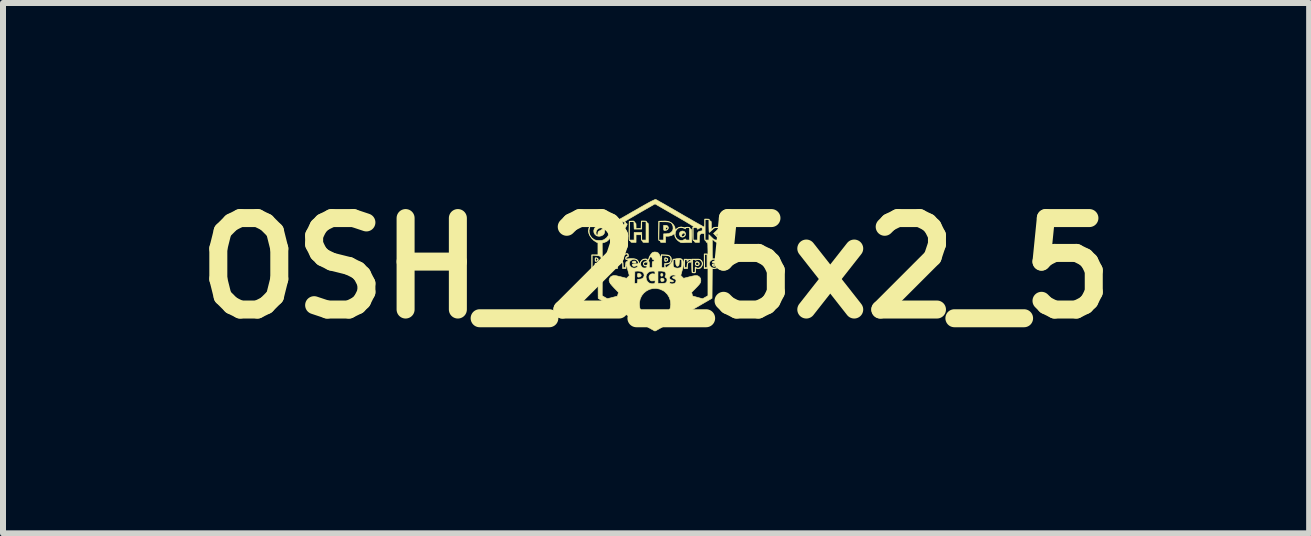
<source format=kicad_pcb>
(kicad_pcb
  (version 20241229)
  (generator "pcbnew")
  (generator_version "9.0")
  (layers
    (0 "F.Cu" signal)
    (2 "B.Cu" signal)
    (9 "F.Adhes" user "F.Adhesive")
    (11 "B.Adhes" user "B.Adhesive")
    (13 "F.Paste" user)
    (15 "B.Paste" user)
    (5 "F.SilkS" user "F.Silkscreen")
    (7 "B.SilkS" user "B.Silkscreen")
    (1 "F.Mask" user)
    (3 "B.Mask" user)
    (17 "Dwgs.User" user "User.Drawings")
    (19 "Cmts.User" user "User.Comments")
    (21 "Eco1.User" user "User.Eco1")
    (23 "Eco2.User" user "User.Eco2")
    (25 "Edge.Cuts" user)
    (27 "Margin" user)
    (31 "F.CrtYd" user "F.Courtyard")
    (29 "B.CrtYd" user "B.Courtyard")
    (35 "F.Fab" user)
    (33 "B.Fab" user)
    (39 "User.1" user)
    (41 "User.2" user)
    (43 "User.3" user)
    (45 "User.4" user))
  (footprint "OSH_2_5x2_5"
    (layer "F.Cu")
    (at 7.881 1.418)
    (property "Reference" "OSH_2_5x2_5" (at 0 0 0) (layer "F.SilkS") (effects (font (size 1.524 1.524) (thickness 0.3))))
    (attr through_hole)
    (fp_poly (pts (xy 0.097 0.089) (xy 0.111 0.096) (xy 0.115 0.111) (xy 0.111 0.127) (xy 0.097 0.134) (xy 0.085 0.133) (xy 0.08 0.123) (xy 0.079 0.111) (xy 0.081 0.094) (xy 0.088 0.088) (xy 0.097 0.089)) (stroke (width 0.01) (type solid)) (fill yes) (layer "F.SilkS"))
    (fp_poly (pts (xy 0.857 0.008) (xy 0.802 0.008) (xy 0.802 -0.23) (xy 0.81 -0.23) (xy 0.81 -0.008) (xy 0.849 -0.008) (xy 0.849 -0.23) (xy 0.81 -0.23) (xy 0.802 -0.23) (xy 0.802 -0.238) (xy 0.857 -0.238) (xy 0.857 0.008)) (stroke (width 0.01) (type solid)) (fill yes) (layer "F.SilkS"))
    (fp_poly (pts (xy -0.349 -0.117) (xy -0.339 -0.108) (xy -0.337 -0.103) (xy -0.334 -0.091) (xy -0.337 -0.085) (xy -0.349 -0.084) (xy -0.368 -0.086) (xy -0.388 -0.089) (xy -0.395 -0.096) (xy -0.395 -0.102) (xy -0.386 -0.113) (xy -0.368 -0.118) (xy -0.349 -0.117)) (stroke (width 0.01) (type solid)) (fill yes) (layer "F.SilkS"))
    (fp_poly (pts (xy 0.107 0.169) (xy 0.117 0.172) (xy 0.131 0.182) (xy 0.135 0.197) (xy 0.13 0.212) (xy 0.122 0.217) (xy 0.098 0.223) (xy 0.085 0.217) (xy 0.079 0.199) (xy 0.079 0.194) (xy 0.081 0.175) (xy 0.089 0.168) (xy 0.107 0.169)) (stroke (width 0.01) (type solid)) (fill yes) (layer "F.SilkS"))
    (fp_poly (pts (xy -0.265 0.093) (xy -0.25 0.108) (xy -0.246 0.122) (xy -0.253 0.135) (xy -0.269 0.145) (xy -0.288 0.15) (xy -0.303 0.147) (xy -0.304 0.146) (xy -0.308 0.135) (xy -0.31 0.115) (xy -0.31 0.114) (xy -0.308 0.096) (xy -0.301 0.089) (xy -0.286 0.087) (xy -0.265 0.093)) (stroke (width 0.01) (type solid)) (fill yes) (layer "F.SilkS"))
    (fp_poly (pts (xy 0.982 -0.117) (xy 0.995 -0.111) (xy 0.997 -0.108) (xy 1 -0.093) (xy 0.991 -0.086) (xy 0.97 -0.086) (xy 0.966 -0.086) (xy 0.946 -0.089) (xy 0.938 -0.096) (xy 0.938 -0.102) (xy 0.941 -0.106) (xy 0.957 -0.106) (xy 0.968 -0.104) (xy 0.98 -0.106) (xy 0.978 -0.108) (xy 0.962 -0.109) (xy 0.958 -0.108) (xy 0.957 -0.106) (xy 0.941 -0.106) (xy 0.947 -0.112) (xy 0.964 -0.118) (xy 0.982 -0.117)) (stroke (width 0.01) (type solid)) (fill yes) (layer "F.SilkS"))
    (fp_poly (pts (xy -0.995 -0.173) (xy -0.973 -0.165) (xy -0.963 -0.15) (xy -0.963 -0.134) (xy -0.975 -0.119) (xy -0.995 -0.113) (xy -1.008 -0.112) (xy -1.014 -0.118) (xy -1.016 -0.135) (xy -1.016 -0.143) (xy -1.008 -0.143) (xy -1.004 -0.124) (xy -0.993 -0.119) (xy -0.979 -0.128) (xy -0.977 -0.13) (xy -0.972 -0.146) (xy -0.978 -0.16) (xy -0.993 -0.167) (xy -1.004 -0.163) (xy -1.008 -0.148) (xy -1.008 -0.143) (xy -1.016 -0.143) (xy -1.015 -0.164) (xy -1.011 -0.172) (xy -1 -0.174) (xy -0.995 -0.173)) (stroke (width 0.01) (type solid)) (fill yes) (layer "F.SilkS"))
    (fp_poly (pts (xy 0.712 -0.097) (xy 0.722 -0.08) (xy 0.72 -0.061) (xy 0.713 -0.049) (xy 0.695 -0.041) (xy 0.673 -0.042) (xy 0.659 -0.051) (xy 0.653 -0.068) (xy 0.66 -0.068) (xy 0.668 -0.053) (xy 0.687 -0.048) (xy 0.704 -0.052) (xy 0.712 -0.061) (xy 0.712 -0.079) (xy 0.701 -0.094) (xy 0.687 -0.099) (xy 0.671 -0.093) (xy 0.664 -0.086) (xy 0.66 -0.068) (xy 0.653 -0.068) (xy 0.653 -0.069) (xy 0.657 -0.09) (xy 0.669 -0.105) (xy 0.674 -0.107) (xy 0.696 -0.107) (xy 0.712 -0.097)) (stroke (width 0.01) (type solid)) (fill yes) (layer "F.SilkS"))
    (fp_poly (pts (xy 0.164 -0.173) (xy 0.183 -0.166) (xy 0.194 -0.157) (xy 0.197 -0.139) (xy 0.188 -0.123) (xy 0.168 -0.113) (xy 0.164 -0.113) (xy 0.151 -0.112) (xy 0.145 -0.118) (xy 0.143 -0.135) (xy 0.143 -0.143) (xy 0.143 -0.143) (xy 0.151 -0.143) (xy 0.155 -0.124) (xy 0.166 -0.119) (xy 0.181 -0.126) (xy 0.19 -0.139) (xy 0.186 -0.153) (xy 0.174 -0.164) (xy 0.169 -0.165) (xy 0.156 -0.165) (xy 0.151 -0.155) (xy 0.151 -0.143) (xy 0.143 -0.143) (xy 0.144 -0.164) (xy 0.148 -0.172) (xy 0.159 -0.174) (xy 0.164 -0.173)) (stroke (width 0.01) (type solid)) (fill yes) (layer "F.SilkS"))
    (fp_poly (pts (xy 0.177 -0.711) (xy 0.193 -0.702) (xy 0.194 -0.702) (xy 0.205 -0.682) (xy 0.204 -0.66) (xy 0.191 -0.642) (xy 0.169 -0.63) (xy 0.149 -0.627) (xy 0.136 -0.628) (xy 0.13 -0.633) (xy 0.127 -0.647) (xy 0.127 -0.66) (xy 0.16 -0.66) (xy 0.162 -0.647) (xy 0.171 -0.639) (xy 0.183 -0.643) (xy 0.193 -0.655) (xy 0.194 -0.656) (xy 0.195 -0.673) (xy 0.183 -0.682) (xy 0.178 -0.683) (xy 0.165 -0.676) (xy 0.16 -0.66) (xy 0.127 -0.66) (xy 0.127 -0.671) (xy 0.127 -0.714) (xy 0.154 -0.714) (xy 0.177 -0.711)) (stroke (width 0.01) (type solid)) (fill yes) (layer "F.SilkS"))
    (fp_poly (pts (xy 0.467 -0.613) (xy 0.484 -0.596) (xy 0.491 -0.573) (xy 0.488 -0.549) (xy 0.476 -0.532) (xy 0.457 -0.52) (xy 0.441 -0.516) (xy 0.42 -0.521) (xy 0.405 -0.532) (xy 0.4 -0.54) (xy 0.424 -0.54) (xy 0.425 -0.531) (xy 0.437 -0.524) (xy 0.455 -0.528) (xy 0.47 -0.537) (xy 0.482 -0.555) (xy 0.484 -0.571) (xy 0.475 -0.583) (xy 0.458 -0.585) (xy 0.454 -0.584) (xy 0.44 -0.574) (xy 0.429 -0.557) (xy 0.424 -0.54) (xy 0.4 -0.54) (xy 0.391 -0.555) (xy 0.39 -0.579) (xy 0.4 -0.601) (xy 0.421 -0.615) (xy 0.443 -0.619) (xy 0.467 -0.613)) (stroke (width 0.01) (type solid)) (fill yes) (layer "F.SilkS"))
    (fp_poly (pts (xy 0.528 -0.149) (xy 0.587 -0.149) (xy 0.587 -0.122) (xy 0.586 -0.104) (xy 0.581 -0.098) (xy 0.569 -0.1) (xy 0.547 -0.099) (xy 0.532 -0.084) (xy 0.525 -0.055) (xy 0.524 -0.035) (xy 0.524 0.008) (xy 0.468 0.008) (xy 0.468 -0.075) (xy 0.476 -0.075) (xy 0.476 -0.043) (xy 0.478 -0.023) (xy 0.481 -0.012) (xy 0.487 -0.009) (xy 0.496 -0.008) (xy 0.508 -0.009) (xy 0.514 -0.017) (xy 0.516 -0.034) (xy 0.516 -0.044) (xy 0.521 -0.076) (xy 0.535 -0.099) (xy 0.556 -0.11) (xy 0.564 -0.111) (xy 0.577 -0.117) (xy 0.579 -0.127) (xy 0.574 -0.14) (xy 0.561 -0.142) (xy 0.543 -0.135) (xy 0.532 -0.126) (xy 0.516 -0.108) (xy 0.516 -0.126) (xy 0.512 -0.139) (xy 0.497 -0.143) (xy 0.496 -0.143) (xy 0.486 -0.142) (xy 0.481 -0.138) (xy 0.478 -0.128) (xy 0.476 -0.108) (xy 0.476 -0.075) (xy 0.468 -0.075) (xy 0.468 -0.15) (xy 0.528 -0.149)) (stroke (width 0.01) (type solid)) (fill yes) (layer "F.SilkS"))
    (fp_poly (pts (xy -0.918 -0.705) (xy -0.917 -0.705) (xy -0.885 -0.687) (xy -0.864 -0.659) (xy -0.855 -0.626) (xy -0.859 -0.591) (xy -0.865 -0.575) (xy -0.886 -0.552) (xy -0.915 -0.537) (xy -0.949 -0.531) (xy -0.981 -0.536) (xy -0.998 -0.544) (xy -1.024 -0.57) (xy -1.033 -0.592) (xy -1.001 -0.592) (xy -0.995 -0.56) (xy -0.986 -0.548) (xy -0.977 -0.549) (xy -0.973 -0.556) (xy -0.895 -0.556) (xy -0.894 -0.556) (xy -0.887 -0.561) (xy -0.885 -0.564) (xy -0.883 -0.571) (xy -0.884 -0.572) (xy -0.891 -0.566) (xy -0.893 -0.564) (xy -0.895 -0.556) (xy -0.973 -0.556) (xy -0.97 -0.562) (xy -0.968 -0.577) (xy -0.967 -0.594) (xy -0.963 -0.605) (xy -0.951 -0.616) (xy -0.929 -0.629) (xy -0.919 -0.634) (xy -0.894 -0.649) (xy -0.881 -0.658) (xy -0.879 -0.664) (xy -0.885 -0.667) (xy -0.919 -0.673) (xy -0.95 -0.666) (xy -0.976 -0.649) (xy -0.994 -0.623) (xy -1.001 -0.592) (xy -1.033 -0.592) (xy -1.036 -0.599) (xy -1.037 -0.63) (xy -1.028 -0.659) (xy -1.01 -0.684) (xy -0.984 -0.702) (xy -0.953 -0.71) (xy -0.918 -0.705)) (stroke (width 0.01) (type solid)) (fill yes) (layer "F.SilkS"))
    (fp_poly (pts (xy 0.71 -0.151) (xy 0.736 -0.144) (xy 0.758 -0.126) (xy 0.773 -0.1) (xy 0.778 -0.077) (xy 0.772 -0.048) (xy 0.759 -0.022) (xy 0.74 -0.002) (xy 0.726 0.005) (xy 0.703 0.007) (xy 0.682 0.005) (xy 0.659 0.000397) (xy 0.659 0.04) (xy 0.658 0.063) (xy 0.655 0.075) (xy 0.646 0.079) (xy 0.632 0.079) (xy 0.613 0.078) (xy 0.601 0.074) (xy 0.601 0.074) (xy 0.599 0.065) (xy 0.597 0.042) (xy 0.596 0.01) (xy 0.595 -0.029) (xy 0.595 -0.041) (xy 0.595 -0.143) (xy 0.611 -0.143) (xy 0.611 0.071) (xy 0.631 0.071) (xy 0.642 0.07) (xy 0.648 0.065) (xy 0.65 0.052) (xy 0.651 0.026) (xy 0.651 0.023) (xy 0.651 -0.004) (xy 0.653 -0.017) (xy 0.657 -0.02) (xy 0.664 -0.014) (xy 0.665 -0.013) (xy 0.689 -0.001) (xy 0.716 -0.003) (xy 0.743 -0.019) (xy 0.747 -0.023) (xy 0.764 -0.049) (xy 0.769 -0.077) (xy 0.763 -0.104) (xy 0.748 -0.126) (xy 0.726 -0.14) (xy 0.699 -0.144) (xy 0.676 -0.138) (xy 0.659 -0.133) (xy 0.651 -0.134) (xy 0.651 -0.135) (xy 0.644 -0.141) (xy 0.631 -0.143) (xy 0.611 -0.143) (xy 0.595 -0.143) (xy 0.595 -0.151) (xy 0.641 -0.151) (xy 0.671 -0.151) (xy 0.698 -0.151) (xy 0.71 -0.151)) (stroke (width 0.01) (type solid)) (fill yes) (layer "F.SilkS"))
    (fp_poly (pts (xy -0.593 -0.149) (xy -0.588 -0.139) (xy -0.587 -0.122) (xy -0.589 -0.103) (xy -0.594 -0.097) (xy -0.6 -0.098) (xy -0.617 -0.099) (xy -0.628 -0.095) (xy -0.637 -0.087) (xy -0.641 -0.073) (xy -0.643 -0.049) (xy -0.643 -0.039) (xy -0.643 0.008) (xy -0.671 0.008) (xy -0.691 0.005) (xy -0.703 -0.002) (xy -0.703 -0.003) (xy -0.705 -0.015) (xy -0.705 -0.039) (xy -0.705 -0.07) (xy -0.705 -0.075) (xy -0.691 -0.075) (xy -0.69 -0.043) (xy -0.689 -0.023) (xy -0.686 -0.012) (xy -0.68 -0.009) (xy -0.671 -0.008) (xy -0.659 -0.009) (xy -0.653 -0.016) (xy -0.651 -0.033) (xy -0.651 -0.045) (xy -0.646 -0.078) (xy -0.634 -0.101) (xy -0.615 -0.111) (xy -0.61 -0.111) (xy -0.598 -0.117) (xy -0.595 -0.127) (xy -0.601 -0.14) (xy -0.613 -0.143) (xy -0.629 -0.135) (xy -0.639 -0.125) (xy -0.651 -0.108) (xy -0.651 -0.125) (xy -0.655 -0.139) (xy -0.669 -0.143) (xy -0.671 -0.143) (xy -0.68 -0.142) (xy -0.686 -0.138) (xy -0.689 -0.128) (xy -0.69 -0.108) (xy -0.691 -0.075) (xy -0.705 -0.075) (xy -0.705 -0.08) (xy -0.702 -0.147) (xy -0.673 -0.149) (xy -0.651 -0.149) (xy -0.643 -0.142) (xy -0.643 -0.142) (xy -0.641 -0.136) (xy -0.633 -0.141) (xy -0.618 -0.149) (xy -0.606 -0.151) (xy -0.593 -0.149)) (stroke (width 0.01) (type solid)) (fill yes) (layer "F.SilkS"))
    (fp_poly (pts (xy -0.177 -0.785) (xy -0.164 -0.782) (xy -0.159 -0.775) (xy -0.159 -0.77) (xy -0.153 -0.757) (xy -0.143 -0.754) (xy -0.138 -0.753) (xy -0.134 -0.75) (xy -0.131 -0.742) (xy -0.129 -0.728) (xy -0.128 -0.705) (xy -0.127 -0.671) (xy -0.127 -0.625) (xy -0.127 -0.591) (xy -0.127 -0.429) (xy -0.175 -0.429) (xy -0.201 -0.429) (xy -0.216 -0.432) (xy -0.221 -0.437) (xy -0.222 -0.445) (xy -0.227 -0.457) (xy -0.234 -0.46) (xy -0.241 -0.464) (xy -0.245 -0.477) (xy -0.246 -0.502) (xy -0.246 -0.508) (xy -0.246 -0.556) (xy -0.333 -0.556) (xy -0.333 -0.429) (xy -0.377 -0.429) (xy -0.403 -0.43) (xy -0.416 -0.433) (xy -0.421 -0.44) (xy -0.421 -0.441) (xy -0.427 -0.453) (xy -0.437 -0.458) (xy -0.442 -0.46) (xy -0.446 -0.464) (xy -0.447 -0.468) (xy -0.445 -0.468) (xy -0.365 -0.468) (xy -0.365 -0.595) (xy -0.238 -0.595) (xy -0.238 -0.468) (xy -0.167 -0.468) (xy -0.167 -0.778) (xy -0.238 -0.778) (xy -0.238 -0.651) (xy -0.364 -0.651) (xy -0.367 -0.712) (xy -0.369 -0.774) (xy -0.441 -0.774) (xy -0.445 -0.468) (xy -0.447 -0.468) (xy -0.449 -0.473) (xy -0.451 -0.488) (xy -0.451 -0.512) (xy -0.451 -0.546) (xy -0.451 -0.593) (xy -0.451 -0.622) (xy -0.448 -0.782) (xy -0.406 -0.784) (xy -0.381 -0.785) (xy -0.368 -0.782) (xy -0.361 -0.775) (xy -0.36 -0.77) (xy -0.352 -0.757) (xy -0.344 -0.754) (xy -0.338 -0.749) (xy -0.334 -0.734) (xy -0.333 -0.706) (xy -0.333 -0.658) (xy -0.25 -0.663) (xy -0.248 -0.724) (xy -0.245 -0.786) (xy -0.202 -0.786) (xy -0.177 -0.785)) (stroke (width 0.01) (type solid)) (fill yes) (layer "F.SilkS"))
    (fp_poly (pts (xy 0.196 -0.781) (xy 0.23 -0.77) (xy 0.258 -0.754) (xy 0.261 -0.752) (xy 0.294 -0.719) (xy 0.312 -0.688) (xy 0.318 -0.659) (xy 0.318 -0.633) (xy 0.344 -0.657) (xy 0.38 -0.68) (xy 0.418 -0.687) (xy 0.456 -0.679) (xy 0.456 -0.679) (xy 0.474 -0.674) (xy 0.484 -0.674) (xy 0.484 -0.675) (xy 0.491 -0.679) (xy 0.51 -0.682) (xy 0.524 -0.683) (xy 0.548 -0.681) (xy 0.561 -0.677) (xy 0.564 -0.67) (xy 0.57 -0.658) (xy 0.579 -0.653) (xy 0.586 -0.651) (xy 0.59 -0.645) (xy 0.593 -0.634) (xy 0.594 -0.614) (xy 0.595 -0.584) (xy 0.595 -0.541) (xy 0.595 -0.538) (xy 0.595 -0.428) (xy 0.542 -0.428) (xy 0.508 -0.428) (xy 0.476 -0.426) (xy 0.456 -0.424) (xy 0.419 -0.426) (xy 0.401 -0.433) (xy 0.364 -0.459) (xy 0.334 -0.492) (xy 0.315 -0.528) (xy 0.31 -0.559) (xy 0.318 -0.559) (xy 0.327 -0.522) (xy 0.33 -0.515) (xy 0.352 -0.488) (xy 0.381 -0.469) (xy 0.415 -0.461) (xy 0.447 -0.465) (xy 0.471 -0.477) (xy 0.485 -0.487) (xy 0.491 -0.486) (xy 0.492 -0.481) (xy 0.497 -0.472) (xy 0.513 -0.469) (xy 0.524 -0.468) (xy 0.556 -0.468) (xy 0.556 -0.675) (xy 0.524 -0.675) (xy 0.502 -0.673) (xy 0.493 -0.667) (xy 0.492 -0.662) (xy 0.491 -0.654) (xy 0.484 -0.655) (xy 0.471 -0.663) (xy 0.442 -0.674) (xy 0.409 -0.676) (xy 0.377 -0.669) (xy 0.362 -0.662) (xy 0.337 -0.634) (xy 0.322 -0.598) (xy 0.318 -0.559) (xy 0.31 -0.559) (xy 0.31 -0.56) (xy 0.31 -0.582) (xy 0.292 -0.565) (xy 0.257 -0.543) (xy 0.213 -0.533) (xy 0.194 -0.532) (xy 0.159 -0.532) (xy 0.159 -0.429) (xy 0.115 -0.429) (xy 0.09 -0.429) (xy 0.077 -0.432) (xy 0.072 -0.439) (xy 0.071 -0.445) (xy 0.066 -0.458) (xy 0.055 -0.46) (xy 0.05 -0.461) (xy 0.046 -0.464) (xy 0.044 -0.468) (xy 0.047 -0.468) (xy 0.127 -0.468) (xy 0.127 -0.572) (xy 0.167 -0.572) (xy 0.213 -0.577) (xy 0.248 -0.594) (xy 0.273 -0.62) (xy 0.284 -0.653) (xy 0.283 -0.692) (xy 0.275 -0.718) (xy 0.263 -0.74) (xy 0.248 -0.755) (xy 0.226 -0.765) (xy 0.195 -0.771) (xy 0.152 -0.773) (xy 0.136 -0.773) (xy 0.052 -0.774) (xy 0.047 -0.468) (xy 0.044 -0.468) (xy 0.043 -0.471) (xy 0.042 -0.485) (xy 0.041 -0.508) (xy 0.041 -0.541) (xy 0.041 -0.587) (xy 0.042 -0.621) (xy 0.044 -0.782) (xy 0.095 -0.784) (xy 0.152 -0.785) (xy 0.196 -0.781)) (stroke (width 0.01) (type solid)) (fill yes) (layer "F.SilkS"))
    (fp_poly (pts (xy -0.003 -1.144) (xy -0.002 -1.144) (xy 0.008 -1.138) (xy 0.03 -1.126) (xy 0.064 -1.106) (xy 0.108 -1.082) (xy 0.16 -1.052) (xy 0.219 -1.018) (xy 0.285 -0.98) (xy 0.355 -0.94) (xy 0.408 -0.909) (xy 0.48 -0.867) (xy 0.549 -0.828) (xy 0.611 -0.792) (xy 0.667 -0.76) (xy 0.715 -0.733) (xy 0.755 -0.711) (xy 0.783 -0.694) (xy 0.801 -0.685) (xy 0.805 -0.683) (xy 0.807 -0.69) (xy 0.809 -0.71) (xy 0.81 -0.738) (xy 0.81 -0.75) (xy 0.81 -0.81) (xy 0.818 -0.81) (xy 0.818 -0.468) (xy 0.881 -0.468) (xy 0.881 -0.559) (xy 0.927 -0.514) (xy 0.95 -0.491) (xy 0.967 -0.478) (xy 0.981 -0.471) (xy 0.999 -0.469) (xy 1.02 -0.468) (xy 1.067 -0.468) (xy 0.958 -0.578) (xy 1.009 -0.626) (xy 1.06 -0.674) (xy 1.016 -0.674) (xy 0.992 -0.674) (xy 0.975 -0.67) (xy 0.96 -0.661) (xy 0.941 -0.644) (xy 0.933 -0.635) (xy 0.912 -0.616) (xy 0.896 -0.601) (xy 0.887 -0.596) (xy 0.887 -0.596) (xy 0.885 -0.603) (xy 0.883 -0.623) (xy 0.882 -0.654) (xy 0.881 -0.691) (xy 0.881 -0.702) (xy 0.881 -0.81) (xy 0.818 -0.81) (xy 0.81 -0.81) (xy 0.81 -0.818) (xy 0.849 -0.818) (xy 0.873 -0.817) (xy 0.885 -0.813) (xy 0.889 -0.805) (xy 0.889 -0.802) (xy 0.895 -0.788) (xy 0.905 -0.786) (xy 0.912 -0.785) (xy 0.917 -0.779) (xy 0.92 -0.766) (xy 0.921 -0.743) (xy 0.921 -0.713) (xy 0.921 -0.64) (xy 0.943 -0.661) (xy 0.956 -0.673) (xy 0.97 -0.679) (xy 0.99 -0.682) (xy 1.02 -0.683) (xy 1.024 -0.683) (xy 1.053 -0.682) (xy 1.07 -0.681) (xy 1.075 -0.678) (xy 1.073 -0.673) (xy 1.068 -0.667) (xy 1.06 -0.657) (xy 1.063 -0.652) (xy 1.079 -0.65) (xy 1.081 -0.649) (xy 1.107 -0.647) (xy 1.054 -0.6) (xy 1.001 -0.553) (xy 1.057 -0.491) (xy 1.113 -0.429) (xy 1.055 -0.429) (xy 1.024 -0.429) (xy 1.005 -0.432) (xy 0.99 -0.438) (xy 0.976 -0.45) (xy 0.967 -0.458) (xy 0.937 -0.487) (xy 0.937 -0.32) (xy 0.937 -0.264) (xy 0.937 -0.223) (xy 0.938 -0.193) (xy 0.939 -0.173) (xy 0.941 -0.162) (xy 0.944 -0.157) (xy 0.948 -0.156) (xy 0.952 -0.156) (xy 0.975 -0.156) (xy 1.002 -0.148) (xy 1.026 -0.134) (xy 1.036 -0.125) (xy 1.045 -0.103) (xy 1.048 -0.086) (xy 1.047 -0.074) (xy 1.043 -0.067) (xy 1.031 -0.064) (xy 1.008 -0.064) (xy 0.996 -0.064) (xy 0.967 -0.063) (xy 0.951 -0.06) (xy 0.945 -0.054) (xy 0.945 -0.051) (xy 0.947 -0.045) (xy 0.956 -0.042) (xy 0.976 -0.043) (xy 0.996 -0.045) (xy 1.027 -0.047) (xy 1.043 -0.045) (xy 1.047 -0.037) (xy 1.039 -0.023) (xy 1.033 -0.016) (xy 1.017 -0.003) (xy 0.991 0.004) (xy 0.978 0.006) (xy 0.937 0.01) (xy 0.935 0.256) (xy 0.933 0.502) (xy 0.536 0.732) (xy 0.436 0.789) (xy 0.35 0.84) (xy 0.275 0.883) (xy 0.212 0.919) (xy 0.158 0.95) (xy 0.114 0.976) (xy 0.078 0.996) (xy 0.049 1.012) (xy 0.027 1.025) (xy 0.011 1.034) (xy -0.001 1.04) (xy -0.009 1.044) (xy -0.014 1.046) (xy -0.017 1.047) (xy -0.019 1.047) (xy -0.02 1.047) (xy -0.028 1.043) (xy -0.048 1.032) (xy -0.08 1.014) (xy -0.123 0.99) (xy -0.174 0.96) (xy -0.234 0.926) (xy -0.301 0.888) (xy -0.373 0.846) (xy -0.45 0.802) (xy -0.496 0.775) (xy -0.8 0.599) (xy -0.278 0.599) (xy -0.271 0.661) (xy -0.25 0.717) (xy -0.219 0.766) (xy -0.178 0.806) (xy -0.129 0.836) (xy -0.075 0.855) (xy -0.018 0.862) (xy 0.042 0.855) (xy 0.092 0.838) (xy 0.142 0.809) (xy 0.182 0.771) (xy 0.214 0.721) (xy 0.237 0.663) (xy 0.245 0.603) (xy 0.239 0.543) (xy 0.22 0.487) (xy 0.189 0.436) (xy 0.146 0.393) (xy 0.12 0.375) (xy 0.062 0.349) (xy 0.004 0.337) (xy -0.054 0.339) (xy -0.109 0.353) (xy -0.159 0.379) (xy -0.203 0.414) (xy -0.239 0.459) (xy -0.264 0.512) (xy -0.276 0.572) (xy -0.278 0.599) (xy -0.8 0.599) (xy -0.964 0.504) (xy -0.969 -0.064) (xy -0.988 -0.064) (xy -1 -0.062) (xy -1.006 -0.053) (xy -1.009 -0.033) (xy -1.01 -0.03) (xy -1.012 -0.009) (xy -1.018 0.002) (xy -1.032 0.005) (xy -1.042 0.006) (xy -1.072 0.009) (xy -1.072 -0.008) (xy -1.064 -0.008) (xy -1.04 -0.008) (xy -1.025 -0.009) (xy -1.018 -0.015) (xy -1.016 -0.03) (xy -1.016 -0.044) (xy -1.016 -0.072) (xy -0.882 -0.072) (xy -0.876 -0.043) (xy -0.862 -0.019) (xy -0.836 -0.004) (xy -0.806 0.001) (xy -0.775 -0.004) (xy -0.752 -0.018) (xy -0.741 -0.03) (xy -0.741 -0.036) (xy -0.749 -0.038) (xy -0.767 -0.038) (xy -0.784 -0.035) (xy -0.814 -0.031) (xy -0.832 -0.039) (xy -0.835 -0.042) (xy -0.841 -0.059) (xy -0.834 -0.068) (xy -0.812 -0.071) (xy -0.81 -0.071) (xy -0.79 -0.073) (xy -0.779 -0.078) (xy -0.778 -0.079) (xy -0.785 -0.085) (xy -0.802 -0.087) (xy -0.804 -0.087) (xy -0.828 -0.09) (xy -0.837 -0.097) (xy -0.833 -0.106) (xy -0.819 -0.106) (xy -0.808 -0.105) (xy -0.806 -0.105) (xy -0.792 -0.106) (xy -0.791 -0.108) (xy -0.792 -0.108) (xy -0.807 -0.11) (xy -0.815 -0.109) (xy -0.819 -0.106) (xy -0.833 -0.106) (xy -0.832 -0.108) (xy -0.815 -0.119) (xy -0.795 -0.118) (xy -0.779 -0.107) (xy -0.77 -0.089) (xy -0.77 -0.086) (xy -0.764 -0.074) (xy -0.75 -0.071) (xy -0.736 -0.072) (xy -0.731 -0.077) (xy -0.734 -0.089) (xy -0.741 -0.107) (xy -0.759 -0.131) (xy -0.785 -0.145) (xy -0.815 -0.147) (xy -0.846 -0.137) (xy -0.863 -0.125) (xy -0.878 -0.102) (xy -0.882 -0.072) (xy -1.016 -0.072) (xy -1.016 -0.079) (xy -0.98 -0.079) (xy -0.947 -0.084) (xy -0.925 -0.099) (xy -0.914 -0.125) (xy -0.913 -0.146) (xy -0.916 -0.173) (xy -0.925 -0.191) (xy -0.945 -0.203) (xy -0.976 -0.21) (xy -1.004 -0.213) (xy -1.064 -0.216) (xy -1.064 -0.008) (xy -1.072 -0.008) (xy -1.072 -0.222) (xy -0.968 -0.222) (xy -0.968 -0.419) (xy -0.897 -0.419) (xy -0.896 -0.247) (xy -0.896 -0.191) (xy -0.896 -0.149) (xy -0.895 -0.12) (xy -0.893 -0.103) (xy -0.892 -0.096) (xy -0.889 -0.097) (xy -0.887 -0.103) (xy -0.872 -0.128) (xy -0.847 -0.146) (xy -0.811 -0.156) (xy -0.778 -0.152) (xy -0.75 -0.135) (xy -0.731 -0.108) (xy -0.725 -0.089) (xy -0.72 -0.064) (xy -0.778 -0.064) (xy -0.809 -0.063) (xy -0.826 -0.06) (xy -0.832 -0.055) (xy -0.831 -0.054) (xy -0.823 -0.048) (xy -0.803 -0.046) (xy -0.774 -0.046) (xy -0.746 -0.048) (xy -0.731 -0.047) (xy -0.726 -0.044) (xy -0.728 -0.037) (xy -0.73 -0.033) (xy -0.751 -0.009) (xy -0.78 0.005) (xy -0.813 0.008) (xy -0.846 -0.001) (xy -0.864 -0.012) (xy -0.881 -0.03) (xy -0.891 -0.047) (xy -0.891 -0.05) (xy -0.892 -0.047) (xy -0.893 -0.029) (xy -0.894 0.001) (xy -0.895 0.042) (xy -0.895 0.092) (xy -0.896 0.149) (xy -0.896 0.196) (xy -0.897 0.46) (xy -0.855 0.484) (xy -0.833 0.497) (xy -0.816 0.505) (xy -0.81 0.508) (xy -0.801 0.506) (xy -0.78 0.501) (xy -0.75 0.494) (xy -0.724 0.487) (xy -0.643 0.466) (xy -0.634 0.435) (xy -0.626 0.403) (xy -0.697 0.33) (xy -0.734 0.29) (xy -0.76 0.258) (xy -0.762 0.254) (xy -0.358 0.254) (xy -0.334 0.254) (xy -0.319 0.253) (xy -0.312 0.246) (xy -0.309 0.229) (xy -0.308 0.22) (xy -0.306 0.187) (xy -0.268 0.184) (xy -0.234 0.176) (xy -0.211 0.157) (xy -0.207 0.148) (xy -0.167 0.148) (xy -0.16 0.191) (xy -0.142 0.225) (xy -0.114 0.248) (xy -0.077 0.26) (xy -0.056 0.26) (xy -0.033 0.258) (xy -0.023 0.253) (xy -0.018 0.241) (xy -0.017 0.233) (xy -0.015 0.208) (xy -0.05 0.212) (xy -0.073 0.213) (xy -0.088 0.209) (xy -0.1 0.196) (xy -0.102 0.194) (xy -0.116 0.166) (xy -0.117 0.139) (xy -0.106 0.116) (xy -0.086 0.099) (xy -0.059 0.093) (xy -0.037 0.096) (xy -0.022 0.099) (xy -0.017 0.094) (xy -0.017 0.077) (xy -0.017 0.077) (xy -0.021 0.06) (xy -0.029 0.052) (xy -0.048 0.049) (xy -0.051 0.049) (xy -0.091 0.052) (xy -0.126 0.068) (xy -0.151 0.094) (xy -0.165 0.128) (xy -0.167 0.148) (xy -0.207 0.148) (xy -0.199 0.128) (xy -0.198 0.116) (xy -0.205 0.086) (xy -0.225 0.065) (xy -0.257 0.052) (xy -0.302 0.048) (xy -0.318 0.049) (xy -0.353 0.052) (xy -0.355 0.153) (xy -0.358 0.254) (xy -0.762 0.254) (xy -0.775 0.232) (xy -0.782 0.209) (xy -0.78 0.188) (xy -0.773 0.169) (xy -0.758 0.146) (xy -0.737 0.133) (xy -0.724 0.128) (xy -0.709 0.124) (xy -0.695 0.123) (xy -0.678 0.124) (xy -0.654 0.128) (xy -0.621 0.136) (xy -0.591 0.143) (xy -0.491 0.169) (xy -0.468 0.146) (xy -0.445 0.123) (xy -0.465 0.052) (xy -0.466 0.048) (xy 0.032 0.048) (xy 0.032 0.254) (xy 0.093 0.254) (xy 0.128 0.253) (xy 0.152 0.249) (xy 0.166 0.242) (xy 0.168 0.241) (xy 0.172 0.235) (xy 0.225 0.235) (xy 0.226 0.248) (xy 0.239 0.257) (xy 0.258 0.262) (xy 0.281 0.262) (xy 0.303 0.256) (xy 0.318 0.246) (xy 0.33 0.227) (xy 0.333 0.21) (xy 0.33 0.195) (xy 0.318 0.184) (xy 0.302 0.177) (xy 0.279 0.165) (xy 0.271 0.154) (xy 0.277 0.146) (xy 0.295 0.141) (xy 0.313 0.137) (xy 0.323 0.13) (xy 0.323 0.13) (xy 0.319 0.122) (xy 0.305 0.116) (xy 0.285 0.114) (xy 0.264 0.117) (xy 0.26 0.118) (xy 0.238 0.132) (xy 0.227 0.151) (xy 0.226 0.171) (xy 0.236 0.187) (xy 0.254 0.196) (xy 0.275 0.203) (xy 0.288 0.212) (xy 0.289 0.222) (xy 0.283 0.227) (xy 0.265 0.229) (xy 0.25 0.227) (xy 0.233 0.226) (xy 0.225 0.235) (xy 0.172 0.235) (xy 0.18 0.22) (xy 0.183 0.197) (xy 0.18 0.175) (xy 0.172 0.163) (xy 0.164 0.158) (xy 0.151 0.151) (xy 0.15 0.142) (xy 0.157 0.128) (xy 0.165 0.101) (xy 0.16 0.077) (xy 0.142 0.059) (xy 0.139 0.057) (xy 0.119 0.052) (xy 0.091 0.048) (xy 0.075 0.048) (xy 0.032 0.048) (xy -0.466 0.048) (xy -0.475 0.014) (xy -0.484 -0.022) (xy -0.49 -0.052) (xy -0.491 -0.06) (xy -0.495 -0.081) (xy -0.445 -0.081) (xy -0.44 -0.051) (xy -0.424 -0.025) (xy -0.399 -0.007) (xy -0.368 0) (xy -0.342 -0.003) (xy -0.321 -0.011) (xy -0.319 -0.012) (xy -0.306 -0.024) (xy -0.302 -0.032) (xy -0.308 -0.038) (xy -0.324 -0.039) (xy -0.342 -0.035) (xy -0.35 -0.031) (xy -0.369 -0.028) (xy -0.387 -0.036) (xy -0.396 -0.051) (xy -0.397 -0.056) (xy -0.395 -0.064) (xy -0.391 -0.067) (xy -0.259 -0.067) (xy -0.251 -0.041) (xy -0.232 -0.015) (xy -0.209 -0.003) (xy -0.183 -0.002) (xy -0.163 -0.006) (xy -0.154 -0.015) (xy -0.152 -0.022) (xy -0.153 -0.035) (xy -0.162 -0.037) (xy -0.168 -0.036) (xy -0.19 -0.037) (xy -0.205 -0.05) (xy -0.212 -0.07) (xy -0.21 -0.086) (xy -0.199 -0.102) (xy -0.181 -0.109) (xy -0.176 -0.11) (xy -0.158 -0.114) (xy -0.151 -0.124) (xy -0.151 -0.128) (xy -0.157 -0.14) (xy -0.174 -0.145) (xy -0.196 -0.144) (xy -0.218 -0.137) (xy -0.236 -0.125) (xy -0.254 -0.098) (xy -0.259 -0.067) (xy -0.391 -0.067) (xy -0.388 -0.069) (xy -0.371 -0.071) (xy -0.345 -0.071) (xy -0.317 -0.072) (xy -0.302 -0.074) (xy -0.295 -0.079) (xy -0.294 -0.086) (xy -0.3 -0.108) (xy -0.317 -0.129) (xy -0.339 -0.144) (xy -0.349 -0.147) (xy -0.375 -0.147) (xy -0.403 -0.138) (xy -0.426 -0.124) (xy -0.436 -0.112) (xy -0.445 -0.081) (xy -0.495 -0.081) (xy -0.498 -0.099) (xy -0.499 -0.046) (xy -0.5 0.008) (xy -0.556 0.008) (xy -0.556 -0.043) (xy -0.557 -0.073) (xy -0.56 -0.091) (xy -0.568 -0.098) (xy -0.568 -0.098) (xy -0.576 -0.109) (xy -0.579 -0.127) (xy -0.579 -0.128) (xy -0.572 -0.128) (xy -0.566 -0.113) (xy -0.56 -0.108) (xy -0.552 -0.1) (xy -0.549 -0.082) (xy -0.548 -0.056) (xy -0.547 -0.029) (xy -0.545 -0.015) (xy -0.539 -0.009) (xy -0.529 -0.008) (xy -0.528 -0.008) (xy -0.518 -0.009) (xy -0.511 -0.015) (xy -0.508 -0.029) (xy -0.507 -0.055) (xy -0.506 -0.058) (xy -0.505 -0.085) (xy -0.501 -0.1) (xy -0.495 -0.107) (xy -0.486 -0.11) (xy -0.471 -0.117) (xy -0.468 -0.129) (xy -0.475 -0.139) (xy -0.488 -0.143) (xy -0.504 -0.147) (xy -0.508 -0.158) (xy -0.504 -0.184) (xy -0.491 -0.197) (xy -0.483 -0.198) (xy -0.471 -0.203) (xy -0.47 -0.216) (xy -0.478 -0.232) (xy -0.495 -0.236) (xy -0.516 -0.229) (xy -0.526 -0.222) (xy -0.542 -0.205) (xy -0.547 -0.184) (xy -0.548 -0.174) (xy -0.55 -0.152) (xy -0.556 -0.143) (xy -0.56 -0.143) (xy -0.569 -0.136) (xy -0.572 -0.128) (xy -0.579 -0.128) (xy -0.576 -0.146) (xy -0.568 -0.151) (xy -0.558 -0.158) (xy -0.556 -0.174) (xy -0.554 -0.196) (xy -0.551 -0.21) (xy -0.538 -0.225) (xy -0.516 -0.237) (xy -0.492 -0.243) (xy -0.479 -0.243) (xy -0.466 -0.236) (xy -0.461 -0.221) (xy -0.46 -0.212) (xy -0.462 -0.193) (xy -0.469 -0.186) (xy -0.478 -0.186) (xy -0.493 -0.182) (xy -0.499 -0.168) (xy -0.499 -0.156) (xy -0.493 -0.152) (xy -0.477 -0.154) (xy -0.471 -0.155) (xy -0.419 -0.16) (xy -0.371 -0.158) (xy -0.338 -0.151) (xy -0.317 -0.141) (xy -0.302 -0.125) (xy -0.292 -0.106) (xy -0.277 -0.07) (xy -0.259 -0.105) (xy -0.237 -0.134) (xy -0.206 -0.151) (xy -0.17 -0.154) (xy -0.164 -0.153) (xy -0.15 -0.148) (xy -0.144 -0.136) (xy -0.143 -0.122) (xy -0.144 -0.104) (xy -0.15 -0.098) (xy -0.163 -0.1) (xy -0.184 -0.1) (xy -0.199 -0.09) (xy -0.206 -0.075) (xy -0.203 -0.059) (xy -0.191 -0.048) (xy -0.169 -0.043) (xy -0.152 -0.052) (xy -0.14 -0.074) (xy -0.135 -0.107) (xy -0.135 -0.115) (xy -0.134 -0.127) (xy -0.127 -0.127) (xy -0.124 -0.114) (xy -0.119 -0.111) (xy -0.115 -0.104) (xy -0.112 -0.085) (xy -0.111 -0.06) (xy -0.111 -0.008) (xy -0.064 -0.008) (xy 0.095 -0.008) (xy 0.119 -0.008) (xy 0.134 -0.009) (xy 0.141 -0.015) (xy 0.143 -0.03) (xy 0.143 -0.044) (xy 0.143 -0.079) (xy 0.179 -0.079) (xy 0.212 -0.084) (xy 0.234 -0.099) (xy 0.244 -0.125) (xy 0.246 -0.146) (xy 0.243 -0.173) (xy 0.233 -0.191) (xy 0.214 -0.203) (xy 0.183 -0.21) (xy 0.155 -0.213) (xy 0.095 -0.216) (xy 0.095 -0.008) (xy -0.064 -0.008) (xy -0.064 -0.06) (xy -0.063 -0.087) (xy -0.061 -0.103) (xy -0.056 -0.11) (xy -0.048 -0.111) (xy -0.034 -0.117) (xy -0.032 -0.127) (xy -0.037 -0.14) (xy -0.047 -0.143) (xy -0.06 -0.149) (xy -0.065 -0.165) (xy -0.07 -0.181) (xy -0.083 -0.186) (xy -0.087 -0.187) (xy -0.103 -0.183) (xy -0.109 -0.17) (xy -0.11 -0.165) (xy -0.114 -0.149) (xy -0.12 -0.143) (xy -0.126 -0.136) (xy -0.127 -0.127) (xy -0.134 -0.127) (xy -0.133 -0.136) (xy -0.129 -0.149) (xy -0.127 -0.151) (xy -0.12 -0.157) (xy -0.119 -0.166) (xy -0.114 -0.183) (xy -0.102 -0.206) (xy -0.086 -0.231) (xy -0.069 -0.251) (xy -0.055 -0.262) (xy -0.027 -0.269) (xy 0.004 -0.267) (xy 0.032 -0.256) (xy 0.034 -0.254) (xy 0.049 -0.237) (xy 0.063 -0.212) (xy 0.071 -0.196) (xy 0.086 -0.155) (xy 0.087 -0.224) (xy 0.151 -0.221) (xy 0.184 -0.219) (xy 0.205 -0.216) (xy 0.22 -0.209) (xy 0.233 -0.199) (xy 0.235 -0.197) (xy 0.251 -0.176) (xy 0.256 -0.15) (xy 0.256 -0.143) (xy 0.25 -0.109) (xy 0.231 -0.085) (xy 0.2 -0.071) (xy 0.186 -0.068) (xy 0.164 -0.064) (xy 0.154 -0.057) (xy 0.151 -0.045) (xy 0.151 -0.04) (xy 0.155 -0.021) (xy 0.166 -0.014) (xy 0.18 -0.017) (xy 0.2 -0.03) (xy 0.222 -0.05) (xy 0.244 -0.074) (xy 0.252 -0.084) (xy 0.286 -0.084) (xy 0.286 -0.053) (xy 0.289 -0.033) (xy 0.294 -0.021) (xy 0.303 -0.013) (xy 0.303 -0.012) (xy 0.322 -0.005) (xy 0.348 -0.000348) (xy 0.357 0) (xy 0.384 -0.003) (xy 0.406 -0.009) (xy 0.411 -0.012) (xy 0.42 -0.021) (xy 0.426 -0.032) (xy 0.428 -0.051) (xy 0.429 -0.082) (xy 0.429 -0.084) (xy 0.428 -0.114) (xy 0.427 -0.132) (xy 0.423 -0.14) (xy 0.416 -0.143) (xy 0.409 -0.143) (xy 0.398 -0.142) (xy 0.392 -0.136) (xy 0.389 -0.121) (xy 0.387 -0.095) (xy 0.387 -0.094) (xy 0.384 -0.063) (xy 0.379 -0.045) (xy 0.371 -0.037) (xy 0.353 -0.031) (xy 0.339 -0.041) (xy 0.33 -0.065) (xy 0.327 -0.094) (xy 0.325 -0.121) (xy 0.322 -0.136) (xy 0.316 -0.142) (xy 0.306 -0.143) (xy 0.305 -0.143) (xy 0.295 -0.142) (xy 0.289 -0.137) (xy 0.287 -0.126) (xy 0.286 -0.103) (xy 0.286 -0.084) (xy 0.252 -0.084) (xy 0.263 -0.097) (xy 0.275 -0.118) (xy 0.278 -0.129) (xy 0.281 -0.145) (xy 0.291 -0.151) (xy 0.298 -0.151) (xy 0.318 -0.153) (xy 0.344 -0.158) (xy 0.352 -0.16) (xy 0.391 -0.164) (xy 0.422 -0.154) (xy 0.446 -0.132) (xy 0.458 -0.099) (xy 0.46 -0.078) (xy 0.458 -0.06) (xy 0.452 -0.03) (xy 0.444 0.005) (xy 0.436 0.035) (xy 0.412 0.122) (xy 0.459 0.169) (xy 0.557 0.144) (xy 0.607 0.132) (xy 0.646 0.125) (xy 0.674 0.124) (xy 0.696 0.128) (xy 0.714 0.139) (xy 0.726 0.149) (xy 0.741 0.17) (xy 0.746 0.197) (xy 0.746 0.202) (xy 0.745 0.22) (xy 0.741 0.237) (xy 0.732 0.254) (xy 0.716 0.275) (xy 0.692 0.302) (xy 0.658 0.337) (xy 0.657 0.338) (xy 0.593 0.403) (xy 0.601 0.434) (xy 0.608 0.464) (xy 0.692 0.487) (xy 0.776 0.51) (xy 0.865 0.459) (xy 0.865 0.015) (xy 0.865 -0.073) (xy 0.889 -0.073) (xy 0.896 -0.045) (xy 0.912 -0.023) (xy 0.941 -0.004) (xy 0.974 0.001) (xy 1.006 -0.009) (xy 1.022 -0.02) (xy 1.044 -0.039) (xy 1.021 -0.039) (xy 0.999 -0.037) (xy 0.984 -0.031) (xy 0.964 -0.028) (xy 0.947 -0.036) (xy 0.937 -0.051) (xy 0.937 -0.056) (xy 0.938 -0.064) (xy 0.946 -0.069) (xy 0.962 -0.071) (xy 0.988 -0.071) (xy 1.016 -0.072) (xy 1.032 -0.074) (xy 1.039 -0.079) (xy 1.04 -0.086) (xy 1.033 -0.108) (xy 1.016 -0.129) (xy 0.994 -0.144) (xy 0.985 -0.147) (xy 0.957 -0.147) (xy 0.929 -0.137) (xy 0.907 -0.121) (xy 0.897 -0.107) (xy 0.889 -0.073) (xy 0.865 -0.073) (xy 0.865 -0.08) (xy 0.865 -0.16) (xy 0.865 -0.227) (xy 0.865 -0.282) (xy 0.864 -0.326) (xy 0.863 -0.36) (xy 0.863 -0.386) (xy 0.861 -0.404) (xy 0.86 -0.416) (xy 0.858 -0.423) (xy 0.855 -0.427) (xy 0.852 -0.428) (xy 0.849 -0.429) (xy 0.836 -0.434) (xy 0.833 -0.445) (xy 0.829 -0.457) (xy 0.822 -0.46) (xy 0.815 -0.464) (xy 0.811 -0.478) (xy 0.809 -0.504) (xy 0.808 -0.518) (xy 0.806 -0.575) (xy 0.777 -0.578) (xy 0.753 -0.576) (xy 0.737 -0.566) (xy 0.727 -0.544) (xy 0.723 -0.51) (xy 0.722 -0.486) (xy 0.722 -0.429) (xy 0.684 -0.429) (xy 0.659 -0.43) (xy 0.647 -0.434) (xy 0.641 -0.444) (xy 0.641 -0.445) (xy 0.632 -0.457) (xy 0.624 -0.46) (xy 0.619 -0.462) (xy 0.615 -0.469) (xy 0.613 -0.484) (xy 0.612 -0.508) (xy 0.611 -0.545) (xy 0.611 -0.571) (xy 0.611 -0.675) (xy 0.619 -0.675) (xy 0.619 -0.468) (xy 0.691 -0.468) (xy 0.691 -0.531) (xy 0.691 -0.564) (xy 0.693 -0.584) (xy 0.698 -0.596) (xy 0.706 -0.605) (xy 0.708 -0.607) (xy 0.73 -0.616) (xy 0.748 -0.619) (xy 0.763 -0.621) (xy 0.769 -0.629) (xy 0.77 -0.647) (xy 0.768 -0.666) (xy 0.762 -0.673) (xy 0.751 -0.675) (xy 0.731 -0.67) (xy 0.712 -0.659) (xy 0.698 -0.649) (xy 0.692 -0.648) (xy 0.689 -0.658) (xy 0.688 -0.659) (xy 0.682 -0.669) (xy 0.667 -0.674) (xy 0.652 -0.675) (xy 0.619 -0.675) (xy 0.611 -0.675) (xy 0.611 -0.682) (xy 0.63 -0.684) (xy 0.631 -0.687) (xy 0.623 -0.694) (xy 0.606 -0.707) (xy 0.579 -0.724) (xy 0.54 -0.748) (xy 0.49 -0.778) (xy 0.428 -0.814) (xy 0.353 -0.858) (xy 0.316 -0.879) (xy -0.017 -1.071) (xy -0.253 -0.936) (xy -0.322 -0.896) (xy -0.378 -0.863) (xy -0.423 -0.837) (xy -0.458 -0.817) (xy -0.484 -0.801) (xy -0.502 -0.79) (xy -0.514 -0.783) (xy -0.52 -0.778) (xy -0.522 -0.775) (xy -0.521 -0.773) (xy -0.519 -0.772) (xy -0.518 -0.772) (xy -0.509 -0.762) (xy -0.508 -0.758) (xy -0.501 -0.747) (xy -0.492 -0.742) (xy -0.484 -0.739) (xy -0.481 -0.732) (xy -0.486 -0.72) (xy -0.494 -0.702) (xy -0.507 -0.68) (xy -0.517 -0.671) (xy -0.524 -0.672) (xy -0.542 -0.677) (xy -0.564 -0.681) (xy -0.583 -0.681) (xy -0.594 -0.678) (xy -0.595 -0.676) (xy -0.589 -0.668) (xy -0.572 -0.658) (xy -0.562 -0.653) (xy -0.536 -0.637) (xy -0.509 -0.616) (xy -0.498 -0.604) (xy -0.48 -0.582) (xy -0.471 -0.563) (xy -0.468 -0.541) (xy -0.468 -0.535) (xy -0.474 -0.493) (xy -0.492 -0.461) (xy -0.522 -0.437) (xy -0.524 -0.437) (xy -0.568 -0.423) (xy -0.616 -0.422) (xy -0.663 -0.435) (xy -0.706 -0.461) (xy -0.709 -0.464) (xy -0.737 -0.487) (xy -0.73 -0.501) (xy -0.72 -0.501) (xy -0.719 -0.487) (xy -0.707 -0.477) (xy -0.697 -0.472) (xy -0.664 -0.463) (xy -0.625 -0.461) (xy -0.587 -0.464) (xy -0.555 -0.473) (xy -0.549 -0.476) (xy -0.524 -0.5) (xy -0.508 -0.53) (xy -0.503 -0.564) (xy -0.509 -0.595) (xy -0.527 -0.622) (xy -0.528 -0.622) (xy -0.546 -0.635) (xy -0.572 -0.648) (xy -0.589 -0.655) (xy -0.619 -0.67) (xy -0.633 -0.685) (xy -0.632 -0.702) (xy -0.626 -0.711) (xy -0.611 -0.719) (xy -0.586 -0.72) (xy -0.559 -0.713) (xy -0.555 -0.711) (xy -0.544 -0.712) (xy -0.533 -0.727) (xy -0.53 -0.734) (xy -0.516 -0.762) (xy -0.559 -0.774) (xy -0.606 -0.782) (xy -0.646 -0.777) (xy -0.678 -0.761) (xy -0.701 -0.734) (xy -0.712 -0.697) (xy -0.712 -0.694) (xy -0.711 -0.661) (xy -0.701 -0.636) (xy -0.678 -0.616) (xy -0.642 -0.598) (xy -0.636 -0.596) (xy -0.602 -0.581) (xy -0.584 -0.565) (xy -0.581 -0.548) (xy -0.595 -0.531) (xy -0.595 -0.53) (xy -0.614 -0.519) (xy -0.634 -0.517) (xy -0.659 -0.526) (xy -0.669 -0.531) (xy -0.699 -0.546) (xy -0.711 -0.524) (xy -0.72 -0.501) (xy -0.73 -0.501) (xy -0.721 -0.519) (xy -0.71 -0.539) (xy -0.703 -0.552) (xy -0.702 -0.555) (xy -0.694 -0.553) (xy -0.676 -0.546) (xy -0.663 -0.54) (xy -0.635 -0.53) (xy -0.612 -0.528) (xy -0.598 -0.534) (xy -0.595 -0.544) (xy -0.602 -0.553) (xy -0.619 -0.562) (xy -0.622 -0.563) (xy -0.645 -0.575) (xy -0.672 -0.595) (xy -0.697 -0.619) (xy -0.716 -0.643) (xy -0.719 -0.647) (xy -0.729 -0.658) (xy -0.737 -0.655) (xy -0.741 -0.641) (xy -0.741 -0.616) (xy -0.741 -0.613) (xy -0.742 -0.563) (xy -0.757 -0.517) (xy -0.784 -0.477) (xy -0.82 -0.446) (xy -0.859 -0.429) (xy -0.897 -0.419) (xy -0.968 -0.419) (xy -0.968 -0.42) (xy -0.998 -0.436) (xy -1.038 -0.462) (xy -1.073 -0.498) (xy -1.102 -0.538) (xy -1.12 -0.58) (xy -1.127 -0.619) (xy -1.125 -0.63) (xy -1.116 -0.63) (xy -1.113 -0.584) (xy -1.097 -0.542) (xy -1.069 -0.505) (xy -1.031 -0.476) (xy -1.015 -0.469) (xy -0.997 -0.465) (xy -0.97 -0.462) (xy -0.945 -0.461) (xy -0.908 -0.463) (xy -0.881 -0.469) (xy -0.862 -0.478) (xy -0.821 -0.509) (xy -0.794 -0.547) (xy -0.78 -0.592) (xy -0.779 -0.603) (xy -0.78 -0.65) (xy -0.791 -0.689) (xy -0.813 -0.723) (xy -0.823 -0.733) (xy -0.861 -0.761) (xy -0.906 -0.777) (xy -0.953 -0.782) (xy -0.999 -0.775) (xy -1.041 -0.757) (xy -1.076 -0.728) (xy -1.082 -0.72) (xy -1.106 -0.677) (xy -1.116 -0.63) (xy -1.125 -0.63) (xy -1.12 -0.665) (xy -1.099 -0.708) (xy -1.068 -0.745) (xy -1.028 -0.772) (xy -0.994 -0.785) (xy -0.941 -0.791) (xy -0.89 -0.783) (xy -0.844 -0.762) (xy -0.81 -0.735) (xy -0.796 -0.721) (xy -0.786 -0.715) (xy -0.785 -0.714) (xy -0.776 -0.718) (xy -0.756 -0.728) (xy -0.729 -0.743) (xy -0.705 -0.757) (xy -0.591 -0.824) (xy -0.489 -0.882) (xy -0.4 -0.934) (xy -0.322 -0.978) (xy -0.255 -1.017) (xy -0.198 -1.049) (xy -0.15 -1.076) (xy -0.11 -1.098) (xy -0.078 -1.115) (xy -0.052 -1.127) (xy -0.033 -1.136) (xy -0.019 -1.142) (xy -0.009 -1.144) (xy -0.003 -1.144)) (stroke (width 0.01) (type solid)) (fill yes) (layer "F.SilkS")))
  (gr_rect
    (start -3 -3)
    (end 18.763 5.836)
    (stroke (width 0.1) (type default))
    (fill no)
    (layer "Edge.Cuts")))
</source>
